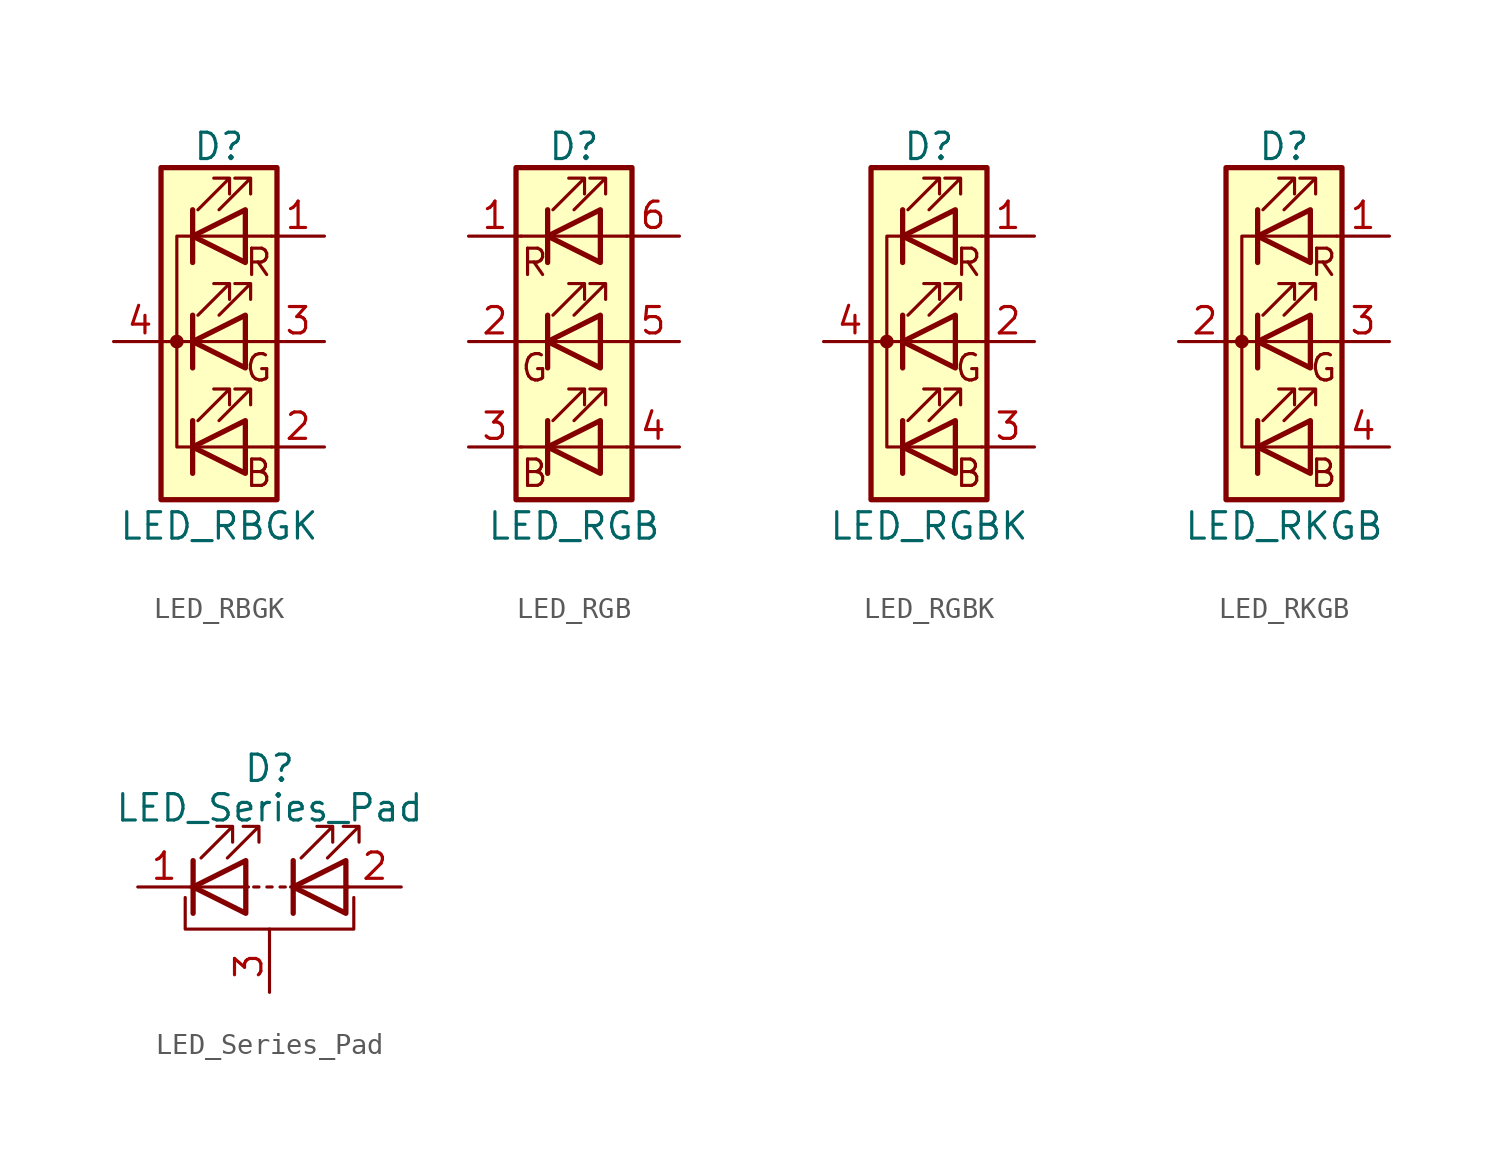
<source format=kicad_sym>
(kicad_symbol_lib
  (version 20211014)
  (generator kicad_symbol_editor)
  (symbol "LED_RBGK"
    (pin_names
      (offset 0) hide)
    (property "Reference" "D"
      (at 0 9.398 0)
      (effects (font (size 1.27 1.27))))
    (property "Value" "LED_RBGK"
      (at 0 -8.89 0)
      (effects (font (size 1.27 1.27))))
    (symbol "LED_RBGK_0_0"
      (text "B" (at 1.905 -6.35 0) (effects (font (size 1.27 1.27))))
      (text "G" (at 1.905 -1.27 0) (effects (font (size 1.27 1.27))))
      (text "R" (at 1.905 3.81 0) (effects (font (size 1.27 1.27)))))
    (symbol "LED_RBGK_0_1"
      (circle (center -2.032 0) (radius 0.254) (stroke (width 0) (type default) (color 0 0 0 0)) (fill (type outline)))
      (polyline (pts (xy -1.27 -5.08) (xy 1.27 -5.08)) (stroke (width 0) (type default) (color 0 0 0 0)) (fill (type none)))
      (polyline (pts (xy -1.27 -3.81) (xy -1.27 -6.35)) (stroke (width 0.254) (type default) (color 0 0 0 0)) (fill (type none)))
      (polyline (pts (xy -1.27 0) (xy -2.54 0)) (stroke (width 0) (type default) (color 0 0 0 0)) (fill (type none)))
      (polyline (pts (xy -1.27 1.27) (xy -1.27 -1.27)) (stroke (width 0.254) (type default) (color 0 0 0 0)) (fill (type none)))
      (polyline (pts (xy -1.27 5.08) (xy 1.27 5.08)) (stroke (width 0) (type default) (color 0 0 0 0)) (fill (type none)))
      (polyline (pts (xy -1.27 6.35) (xy -1.27 3.81)) (stroke (width 0.254) (type default) (color 0 0 0 0)) (fill (type none)))
      (polyline (pts (xy 1.27 -5.08) (xy 2.54 -5.08)) (stroke (width 0) (type default) (color 0 0 0 0)) (fill (type none)))
      (polyline (pts (xy 1.27 0) (xy -1.27 0)) (stroke (width 0) (type default) (color 0 0 0 0)) (fill (type none)))
      (polyline (pts (xy 1.27 0) (xy 2.54 0)) (stroke (width 0) (type default) (color 0 0 0 0)) (fill (type none)))
      (polyline (pts (xy 1.27 5.08) (xy 2.54 5.08)) (stroke (width 0) (type default) (color 0 0 0 0)) (fill (type none)))
      (polyline (pts (xy -1.27 1.27) (xy -1.27 -1.27) (xy -1.27 -1.27)) (stroke (width 0) (type default) (color 0 0 0 0)) (fill (type none)))
      (polyline (pts (xy -1.27 6.35) (xy -1.27 3.81) (xy -1.27 3.81)) (stroke (width 0) (type default) (color 0 0 0 0)) (fill (type none)))
      (polyline (pts (xy -1.27 5.08) (xy -2.032 5.08) (xy -2.032 -5.08) (xy -1.016 -5.08)) (stroke (width 0) (type default) (color 0 0 0 0)) (fill (type none)))
      (polyline (pts (xy 1.27 -3.81) (xy 1.27 -6.35) (xy -1.27 -5.08) (xy 1.27 -3.81)) (stroke (width 0.254) (type default) (color 0 0 0 0)) (fill (type none)))
      (polyline (pts (xy 1.27 1.27) (xy 1.27 -1.27) (xy -1.27 0) (xy 1.27 1.27)) (stroke (width 0.254) (type default) (color 0 0 0 0)) (fill (type none)))
      (polyline (pts (xy 1.27 6.35) (xy 1.27 3.81) (xy -1.27 5.08) (xy 1.27 6.35)) (stroke (width 0.254) (type default) (color 0 0 0 0)) (fill (type none)))
      (polyline (pts (xy -1.016 -3.81) (xy 0.508 -2.286) (xy -0.254 -2.286) (xy 0.508 -2.286) (xy 0.508 -3.048)) (stroke (width 0) (type default) (color 0 0 0 0)) (fill (type none)))
      (polyline (pts (xy -1.016 1.27) (xy 0.508 2.794) (xy -0.254 2.794) (xy 0.508 2.794) (xy 0.508 2.032)) (stroke (width 0) (type default) (color 0 0 0 0)) (fill (type none)))
      (polyline (pts (xy -1.016 6.35) (xy 0.508 7.874) (xy -0.254 7.874) (xy 0.508 7.874) (xy 0.508 7.112)) (stroke (width 0) (type default) (color 0 0 0 0)) (fill (type none)))
      (polyline (pts (xy 0 -3.81) (xy 1.524 -2.286) (xy 0.762 -2.286) (xy 1.524 -2.286) (xy 1.524 -3.048)) (stroke (width 0) (type default) (color 0 0 0 0)) (fill (type none)))
      (polyline (pts (xy 0 1.27) (xy 1.524 2.794) (xy 0.762 2.794) (xy 1.524 2.794) (xy 1.524 2.032)) (stroke (width 0) (type default) (color 0 0 0 0)) (fill (type none)))
      (polyline (pts (xy 0 6.35) (xy 1.524 7.874) (xy 0.762 7.874) (xy 1.524 7.874) (xy 1.524 7.112)) (stroke (width 0) (type default) (color 0 0 0 0)) (fill (type none)))
      (rectangle (start 1.27 -1.27) (end 1.27 1.27) (stroke (width 0) (type default) (color 0 0 0 0)) (fill (type none)))
      (rectangle (start 1.27 1.27) (end 1.27 1.27) (stroke (width 0) (type default) (color 0 0 0 0)) (fill (type none)))
      (rectangle (start 1.27 3.81) (end 1.27 6.35) (stroke (width 0) (type default) (color 0 0 0 0)) (fill (type none)))
      (rectangle (start 1.27 6.35) (end 1.27 6.35) (stroke (width 0) (type default) (color 0 0 0 0)) (fill (type none)))
      (rectangle (start 2.794 8.382) (end -2.794 -7.62) (stroke (width 0.254) (type default) (color 0 0 0 0)) (fill (type background))))
    (symbol "LED_RBGK_1_1"
      (pin passive line (at 5.08 5.08 180) (length 2.54) (name "RA" (effects (font (size 1.27 1.27)))) (number "1" (effects (font (size 1.27 1.27)))))
      (pin passive line (at 5.08 -5.08 180) (length 2.54) (name "BA" (effects (font (size 1.27 1.27)))) (number "2" (effects (font (size 1.27 1.27)))))
      (pin passive line (at 5.08 0 180) (length 2.54) (name "GA" (effects (font (size 1.27 1.27)))) (number "3" (effects (font (size 1.27 1.27)))))
      (pin passive line (at -5.08 0 0) (length 2.54) (name "K" (effects (font (size 1.27 1.27)))) (number "4" (effects (font (size 1.27 1.27)))))))
  (symbol "LED_RGB"
    (pin_names
      (offset 0) hide)
    (property "Reference" "D"
      (at 0 9.398 0)
      (effects (font (size 1.27 1.27))))
    (property "Value" "LED_RGB"
      (at 0 -8.89 0)
      (effects (font (size 1.27 1.27))))
    (symbol "LED_RGB_0_0"
      (text "B" (at -1.905 -6.35 0) (effects (font (size 1.27 1.27))))
      (text "G" (at -1.905 -1.27 0) (effects (font (size 1.27 1.27))))
      (text "R" (at -1.905 3.81 0) (effects (font (size 1.27 1.27)))))
    (symbol "LED_RGB_0_1"
      (polyline (pts (xy -1.27 -5.08) (xy -2.54 -5.08)) (stroke (width 0) (type default) (color 0 0 0 0)) (fill (type none)))
      (polyline (pts (xy -1.27 -5.08) (xy 1.27 -5.08)) (stroke (width 0) (type default) (color 0 0 0 0)) (fill (type none)))
      (polyline (pts (xy -1.27 -3.81) (xy -1.27 -6.35)) (stroke (width 0.254) (type default) (color 0 0 0 0)) (fill (type none)))
      (polyline (pts (xy -1.27 0) (xy -2.54 0)) (stroke (width 0) (type default) (color 0 0 0 0)) (fill (type none)))
      (polyline (pts (xy -1.27 1.27) (xy -1.27 -1.27)) (stroke (width 0.254) (type default) (color 0 0 0 0)) (fill (type none)))
      (polyline (pts (xy -1.27 5.08) (xy -2.54 5.08)) (stroke (width 0) (type default) (color 0 0 0 0)) (fill (type none)))
      (polyline (pts (xy -1.27 5.08) (xy 1.27 5.08)) (stroke (width 0) (type default) (color 0 0 0 0)) (fill (type none)))
      (polyline (pts (xy -1.27 6.35) (xy -1.27 3.81)) (stroke (width 0.254) (type default) (color 0 0 0 0)) (fill (type none)))
      (polyline (pts (xy 1.27 -5.08) (xy 2.54 -5.08)) (stroke (width 0) (type default) (color 0 0 0 0)) (fill (type none)))
      (polyline (pts (xy 1.27 0) (xy -1.27 0)) (stroke (width 0) (type default) (color 0 0 0 0)) (fill (type none)))
      (polyline (pts (xy 1.27 0) (xy 2.54 0)) (stroke (width 0) (type default) (color 0 0 0 0)) (fill (type none)))
      (polyline (pts (xy 1.27 5.08) (xy 2.54 5.08)) (stroke (width 0) (type default) (color 0 0 0 0)) (fill (type none)))
      (polyline (pts (xy -1.27 1.27) (xy -1.27 -1.27) (xy -1.27 -1.27)) (stroke (width 0) (type default) (color 0 0 0 0)) (fill (type none)))
      (polyline (pts (xy -1.27 6.35) (xy -1.27 3.81) (xy -1.27 3.81)) (stroke (width 0) (type default) (color 0 0 0 0)) (fill (type none)))
      (polyline (pts (xy 1.27 -3.81) (xy 1.27 -6.35) (xy -1.27 -5.08) (xy 1.27 -3.81)) (stroke (width 0.254) (type default) (color 0 0 0 0)) (fill (type none)))
      (polyline (pts (xy 1.27 1.27) (xy 1.27 -1.27) (xy -1.27 0) (xy 1.27 1.27)) (stroke (width 0.254) (type default) (color 0 0 0 0)) (fill (type none)))
      (polyline (pts (xy 1.27 6.35) (xy 1.27 3.81) (xy -1.27 5.08) (xy 1.27 6.35)) (stroke (width 0.254) (type default) (color 0 0 0 0)) (fill (type none)))
      (polyline (pts (xy -1.016 -3.81) (xy 0.508 -2.286) (xy -0.254 -2.286) (xy 0.508 -2.286) (xy 0.508 -3.048)) (stroke (width 0) (type default) (color 0 0 0 0)) (fill (type none)))
      (polyline (pts (xy -1.016 1.27) (xy 0.508 2.794) (xy -0.254 2.794) (xy 0.508 2.794) (xy 0.508 2.032)) (stroke (width 0) (type default) (color 0 0 0 0)) (fill (type none)))
      (polyline (pts (xy -1.016 6.35) (xy 0.508 7.874) (xy -0.254 7.874) (xy 0.508 7.874) (xy 0.508 7.112)) (stroke (width 0) (type default) (color 0 0 0 0)) (fill (type none)))
      (polyline (pts (xy 0 -3.81) (xy 1.524 -2.286) (xy 0.762 -2.286) (xy 1.524 -2.286) (xy 1.524 -3.048)) (stroke (width 0) (type default) (color 0 0 0 0)) (fill (type none)))
      (polyline (pts (xy 0 1.27) (xy 1.524 2.794) (xy 0.762 2.794) (xy 1.524 2.794) (xy 1.524 2.032)) (stroke (width 0) (type default) (color 0 0 0 0)) (fill (type none)))
      (polyline (pts (xy 0 6.35) (xy 1.524 7.874) (xy 0.762 7.874) (xy 1.524 7.874) (xy 1.524 7.112)) (stroke (width 0) (type default) (color 0 0 0 0)) (fill (type none)))
      (rectangle (start 1.27 -1.27) (end 1.27 1.27) (stroke (width 0) (type default) (color 0 0 0 0)) (fill (type none)))
      (rectangle (start 1.27 1.27) (end 1.27 1.27) (stroke (width 0) (type default) (color 0 0 0 0)) (fill (type none)))
      (rectangle (start 1.27 3.81) (end 1.27 6.35) (stroke (width 0) (type default) (color 0 0 0 0)) (fill (type none)))
      (rectangle (start 1.27 6.35) (end 1.27 6.35) (stroke (width 0) (type default) (color 0 0 0 0)) (fill (type none)))
      (rectangle (start 2.794 8.382) (end -2.794 -7.62) (stroke (width 0.254) (type default) (color 0 0 0 0)) (fill (type background))))
    (symbol "LED_RGB_1_1"
      (pin passive line (at -5.08 5.08 0) (length 2.54) (name "RK" (effects (font (size 1.27 1.27)))) (number "1" (effects (font (size 1.27 1.27)))))
      (pin passive line (at -5.08 0 0) (length 2.54) (name "GK" (effects (font (size 1.27 1.27)))) (number "2" (effects (font (size 1.27 1.27)))))
      (pin passive line (at -5.08 -5.08 0) (length 2.54) (name "BK" (effects (font (size 1.27 1.27)))) (number "3" (effects (font (size 1.27 1.27)))))
      (pin passive line (at 5.08 -5.08 180) (length 2.54) (name "BA" (effects (font (size 1.27 1.27)))) (number "4" (effects (font (size 1.27 1.27)))))
      (pin passive line (at 5.08 0 180) (length 2.54) (name "GA" (effects (font (size 1.27 1.27)))) (number "5" (effects (font (size 1.27 1.27)))))
      (pin passive line (at 5.08 5.08 180) (length 2.54) (name "RA" (effects (font (size 1.27 1.27)))) (number "6" (effects (font (size 1.27 1.27)))))))
  (symbol "LED_RGBK"
    (pin_names
      (offset 0) hide)
    (property "Reference" "D"
      (at 0 9.398 0)
      (effects (font (size 1.27 1.27))))
    (property "Value" "LED_RGBK"
      (at 0 -8.89 0)
      (effects (font (size 1.27 1.27))))
    (symbol "LED_RGBK_0_0"
      (text "B" (at 1.905 -6.35 0) (effects (font (size 1.27 1.27))))
      (text "G" (at 1.905 -1.27 0) (effects (font (size 1.27 1.27))))
      (text "R" (at 1.905 3.81 0) (effects (font (size 1.27 1.27)))))
    (symbol "LED_RGBK_0_1"
      (circle (center -2.032 0) (radius 0.254) (stroke (width 0) (type default) (color 0 0 0 0)) (fill (type outline)))
      (polyline (pts (xy -1.27 -5.08) (xy 1.27 -5.08)) (stroke (width 0) (type default) (color 0 0 0 0)) (fill (type none)))
      (polyline (pts (xy -1.27 -3.81) (xy -1.27 -6.35)) (stroke (width 0.254) (type default) (color 0 0 0 0)) (fill (type none)))
      (polyline (pts (xy -1.27 0) (xy -2.54 0)) (stroke (width 0) (type default) (color 0 0 0 0)) (fill (type none)))
      (polyline (pts (xy -1.27 1.27) (xy -1.27 -1.27)) (stroke (width 0.254) (type default) (color 0 0 0 0)) (fill (type none)))
      (polyline (pts (xy -1.27 5.08) (xy 1.27 5.08)) (stroke (width 0) (type default) (color 0 0 0 0)) (fill (type none)))
      (polyline (pts (xy -1.27 6.35) (xy -1.27 3.81)) (stroke (width 0.254) (type default) (color 0 0 0 0)) (fill (type none)))
      (polyline (pts (xy 1.27 -5.08) (xy 2.54 -5.08)) (stroke (width 0) (type default) (color 0 0 0 0)) (fill (type none)))
      (polyline (pts (xy 1.27 0) (xy -1.27 0)) (stroke (width 0) (type default) (color 0 0 0 0)) (fill (type none)))
      (polyline (pts (xy 1.27 0) (xy 2.54 0)) (stroke (width 0) (type default) (color 0 0 0 0)) (fill (type none)))
      (polyline (pts (xy 1.27 5.08) (xy 2.54 5.08)) (stroke (width 0) (type default) (color 0 0 0 0)) (fill (type none)))
      (polyline (pts (xy -1.27 1.27) (xy -1.27 -1.27) (xy -1.27 -1.27)) (stroke (width 0) (type default) (color 0 0 0 0)) (fill (type none)))
      (polyline (pts (xy -1.27 6.35) (xy -1.27 3.81) (xy -1.27 3.81)) (stroke (width 0) (type default) (color 0 0 0 0)) (fill (type none)))
      (polyline (pts (xy -1.27 5.08) (xy -2.032 5.08) (xy -2.032 -5.08) (xy -1.016 -5.08)) (stroke (width 0) (type default) (color 0 0 0 0)) (fill (type none)))
      (polyline (pts (xy 1.27 -3.81) (xy 1.27 -6.35) (xy -1.27 -5.08) (xy 1.27 -3.81)) (stroke (width 0.254) (type default) (color 0 0 0 0)) (fill (type none)))
      (polyline (pts (xy 1.27 1.27) (xy 1.27 -1.27) (xy -1.27 0) (xy 1.27 1.27)) (stroke (width 0.254) (type default) (color 0 0 0 0)) (fill (type none)))
      (polyline (pts (xy 1.27 6.35) (xy 1.27 3.81) (xy -1.27 5.08) (xy 1.27 6.35)) (stroke (width 0.254) (type default) (color 0 0 0 0)) (fill (type none)))
      (polyline (pts (xy -1.016 -3.81) (xy 0.508 -2.286) (xy -0.254 -2.286) (xy 0.508 -2.286) (xy 0.508 -3.048)) (stroke (width 0) (type default) (color 0 0 0 0)) (fill (type none)))
      (polyline (pts (xy -1.016 1.27) (xy 0.508 2.794) (xy -0.254 2.794) (xy 0.508 2.794) (xy 0.508 2.032)) (stroke (width 0) (type default) (color 0 0 0 0)) (fill (type none)))
      (polyline (pts (xy -1.016 6.35) (xy 0.508 7.874) (xy -0.254 7.874) (xy 0.508 7.874) (xy 0.508 7.112)) (stroke (width 0) (type default) (color 0 0 0 0)) (fill (type none)))
      (polyline (pts (xy 0 -3.81) (xy 1.524 -2.286) (xy 0.762 -2.286) (xy 1.524 -2.286) (xy 1.524 -3.048)) (stroke (width 0) (type default) (color 0 0 0 0)) (fill (type none)))
      (polyline (pts (xy 0 1.27) (xy 1.524 2.794) (xy 0.762 2.794) (xy 1.524 2.794) (xy 1.524 2.032)) (stroke (width 0) (type default) (color 0 0 0 0)) (fill (type none)))
      (polyline (pts (xy 0 6.35) (xy 1.524 7.874) (xy 0.762 7.874) (xy 1.524 7.874) (xy 1.524 7.112)) (stroke (width 0) (type default) (color 0 0 0 0)) (fill (type none)))
      (rectangle (start 1.27 -1.27) (end 1.27 1.27) (stroke (width 0) (type default) (color 0 0 0 0)) (fill (type none)))
      (rectangle (start 1.27 1.27) (end 1.27 1.27) (stroke (width 0) (type default) (color 0 0 0 0)) (fill (type none)))
      (rectangle (start 1.27 3.81) (end 1.27 6.35) (stroke (width 0) (type default) (color 0 0 0 0)) (fill (type none)))
      (rectangle (start 1.27 6.35) (end 1.27 6.35) (stroke (width 0) (type default) (color 0 0 0 0)) (fill (type none)))
      (rectangle (start 2.794 8.382) (end -2.794 -7.62) (stroke (width 0.254) (type default) (color 0 0 0 0)) (fill (type background))))
    (symbol "LED_RGBK_1_1"
      (pin passive line (at 5.08 5.08 180) (length 2.54) (name "RA" (effects (font (size 1.27 1.27)))) (number "1" (effects (font (size 1.27 1.27)))))
      (pin passive line (at 5.08 0 180) (length 2.54) (name "GA" (effects (font (size 1.27 1.27)))) (number "2" (effects (font (size 1.27 1.27)))))
      (pin passive line (at 5.08 -5.08 180) (length 2.54) (name "BA" (effects (font (size 1.27 1.27)))) (number "3" (effects (font (size 1.27 1.27)))))
      (pin passive line (at -5.08 0 0) (length 2.54) (name "K" (effects (font (size 1.27 1.27)))) (number "4" (effects (font (size 1.27 1.27)))))))
  (symbol "LED_RKGB"
    (pin_names
      (offset 0) hide)
    (property "Reference" "D"
      (at 0 9.398 0)
      (effects (font (size 1.27 1.27))))
    (property "Value" "LED_RKGB"
      (at 0 -8.89 0)
      (effects (font (size 1.27 1.27))))
    (symbol "LED_RKGB_0_0"
      (text "B" (at 1.905 -6.35 0) (effects (font (size 1.27 1.27))))
      (text "G" (at 1.905 -1.27 0) (effects (font (size 1.27 1.27))))
      (text "R" (at 1.905 3.81 0) (effects (font (size 1.27 1.27)))))
    (symbol "LED_RKGB_0_1"
      (circle (center -2.032 0) (radius 0.254) (stroke (width 0) (type default) (color 0 0 0 0)) (fill (type outline)))
      (polyline (pts (xy -1.27 -5.08) (xy 1.27 -5.08)) (stroke (width 0) (type default) (color 0 0 0 0)) (fill (type none)))
      (polyline (pts (xy -1.27 -3.81) (xy -1.27 -6.35)) (stroke (width 0.254) (type default) (color 0 0 0 0)) (fill (type none)))
      (polyline (pts (xy -1.27 0) (xy -2.54 0)) (stroke (width 0) (type default) (color 0 0 0 0)) (fill (type none)))
      (polyline (pts (xy -1.27 1.27) (xy -1.27 -1.27)) (stroke (width 0.254) (type default) (color 0 0 0 0)) (fill (type none)))
      (polyline (pts (xy -1.27 5.08) (xy 1.27 5.08)) (stroke (width 0) (type default) (color 0 0 0 0)) (fill (type none)))
      (polyline (pts (xy -1.27 6.35) (xy -1.27 3.81)) (stroke (width 0.254) (type default) (color 0 0 0 0)) (fill (type none)))
      (polyline (pts (xy 1.27 -5.08) (xy 2.54 -5.08)) (stroke (width 0) (type default) (color 0 0 0 0)) (fill (type none)))
      (polyline (pts (xy 1.27 0) (xy -1.27 0)) (stroke (width 0) (type default) (color 0 0 0 0)) (fill (type none)))
      (polyline (pts (xy 1.27 0) (xy 2.54 0)) (stroke (width 0) (type default) (color 0 0 0 0)) (fill (type none)))
      (polyline (pts (xy 1.27 5.08) (xy 2.54 5.08)) (stroke (width 0) (type default) (color 0 0 0 0)) (fill (type none)))
      (polyline (pts (xy -1.27 1.27) (xy -1.27 -1.27) (xy -1.27 -1.27)) (stroke (width 0) (type default) (color 0 0 0 0)) (fill (type none)))
      (polyline (pts (xy -1.27 6.35) (xy -1.27 3.81) (xy -1.27 3.81)) (stroke (width 0) (type default) (color 0 0 0 0)) (fill (type none)))
      (polyline (pts (xy -1.27 5.08) (xy -2.032 5.08) (xy -2.032 -5.08) (xy -1.016 -5.08)) (stroke (width 0) (type default) (color 0 0 0 0)) (fill (type none)))
      (polyline (pts (xy 1.27 -3.81) (xy 1.27 -6.35) (xy -1.27 -5.08) (xy 1.27 -3.81)) (stroke (width 0.254) (type default) (color 0 0 0 0)) (fill (type none)))
      (polyline (pts (xy 1.27 1.27) (xy 1.27 -1.27) (xy -1.27 0) (xy 1.27 1.27)) (stroke (width 0.254) (type default) (color 0 0 0 0)) (fill (type none)))
      (polyline (pts (xy 1.27 6.35) (xy 1.27 3.81) (xy -1.27 5.08) (xy 1.27 6.35)) (stroke (width 0.254) (type default) (color 0 0 0 0)) (fill (type none)))
      (polyline (pts (xy -1.016 -3.81) (xy 0.508 -2.286) (xy -0.254 -2.286) (xy 0.508 -2.286) (xy 0.508 -3.048)) (stroke (width 0) (type default) (color 0 0 0 0)) (fill (type none)))
      (polyline (pts (xy -1.016 1.27) (xy 0.508 2.794) (xy -0.254 2.794) (xy 0.508 2.794) (xy 0.508 2.032)) (stroke (width 0) (type default) (color 0 0 0 0)) (fill (type none)))
      (polyline (pts (xy -1.016 6.35) (xy 0.508 7.874) (xy -0.254 7.874) (xy 0.508 7.874) (xy 0.508 7.112)) (stroke (width 0) (type default) (color 0 0 0 0)) (fill (type none)))
      (polyline (pts (xy 0 -3.81) (xy 1.524 -2.286) (xy 0.762 -2.286) (xy 1.524 -2.286) (xy 1.524 -3.048)) (stroke (width 0) (type default) (color 0 0 0 0)) (fill (type none)))
      (polyline (pts (xy 0 1.27) (xy 1.524 2.794) (xy 0.762 2.794) (xy 1.524 2.794) (xy 1.524 2.032)) (stroke (width 0) (type default) (color 0 0 0 0)) (fill (type none)))
      (polyline (pts (xy 0 6.35) (xy 1.524 7.874) (xy 0.762 7.874) (xy 1.524 7.874) (xy 1.524 7.112)) (stroke (width 0) (type default) (color 0 0 0 0)) (fill (type none)))
      (rectangle (start 1.27 -1.27) (end 1.27 1.27) (stroke (width 0) (type default) (color 0 0 0 0)) (fill (type none)))
      (rectangle (start 1.27 1.27) (end 1.27 1.27) (stroke (width 0) (type default) (color 0 0 0 0)) (fill (type none)))
      (rectangle (start 1.27 3.81) (end 1.27 6.35) (stroke (width 0) (type default) (color 0 0 0 0)) (fill (type none)))
      (rectangle (start 1.27 6.35) (end 1.27 6.35) (stroke (width 0) (type default) (color 0 0 0 0)) (fill (type none)))
      (rectangle (start 2.794 8.382) (end -2.794 -7.62) (stroke (width 0.254) (type default) (color 0 0 0 0)) (fill (type background))))
    (symbol "LED_RKGB_1_1"
      (pin passive line (at 5.08 5.08 180) (length 2.54) (name "RA" (effects (font (size 1.27 1.27)))) (number "1" (effects (font (size 1.27 1.27)))))
      (pin passive line (at -5.08 0 0) (length 2.54) (name "K" (effects (font (size 1.27 1.27)))) (number "2" (effects (font (size 1.27 1.27)))))
      (pin passive line (at 5.08 0 180) (length 2.54) (name "GA" (effects (font (size 1.27 1.27)))) (number "3" (effects (font (size 1.27 1.27)))))
      (pin passive line (at 5.08 -5.08 180) (length 2.54) (name "BA" (effects (font (size 1.27 1.27)))) (number "4" (effects (font (size 1.27 1.27)))))))
  (symbol "LED_Series_Pad"
    (pin_names
      (offset 1.016) hide)
    (property "Reference" "D"
      (at 0 5.715 0)
      (effects (font (size 1.27 1.27))))
    (property "Value" "LED_Series_Pad"
      (at 0 3.81 0)
      (effects (font (size 1.27 1.27))))
    (symbol "LED_Series_Pad_0_1"
      (polyline (pts (xy -3.81 0) (xy -1.016 0)) (stroke (width 0) (type default) (color 0 0 0 0)) (fill (type none)))
      (polyline (pts (xy -3.683 -1.27) (xy -3.683 1.27)) (stroke (width 0.254) (type default) (color 0 0 0 0)) (fill (type none)))
      (polyline (pts (xy -0.508 0) (xy -0.762 0)) (stroke (width 0) (type default) (color 0 0 0 0)) (fill (type none)))
      (polyline (pts (xy 0 -2.54) (xy 0 -2.032)) (stroke (width 0) (type default) (color 0 0 0 0)) (fill (type none)))
      (polyline (pts (xy 0.127 0) (xy -0.127 0)) (stroke (width 0) (type default) (color 0 0 0 0)) (fill (type none)))
      (polyline (pts (xy 0.508 0) (xy 0.762 0)) (stroke (width 0) (type default) (color 0 0 0 0)) (fill (type none)))
      (polyline (pts (xy 1.016 0) (xy 3.81 0)) (stroke (width 0) (type default) (color 0 0 0 0)) (fill (type none)))
      (polyline (pts (xy 1.143 -1.27) (xy 1.143 1.27)) (stroke (width 0.254) (type default) (color 0 0 0 0)) (fill (type none)))
      (polyline (pts (xy -4.064 -0.508) (xy -4.064 -2.032) (xy 4.064 -2.032) (xy 4.064 -0.508)) (stroke (width 0) (type default) (color 0 0 0 0)) (fill (type none)))
      (polyline (pts (xy -1.143 -1.27) (xy -1.143 1.27) (xy -3.683 0) (xy -1.143 -1.27)) (stroke (width 0.254) (type default) (color 0 0 0 0)) (fill (type none)))
      (polyline (pts (xy 3.683 -1.27) (xy 3.683 1.27) (xy 1.143 0) (xy 3.683 -1.27)) (stroke (width 0.254) (type default) (color 0 0 0 0)) (fill (type none)))
      (polyline (pts (xy -3.302 1.397) (xy -1.778 2.921) (xy -2.54 2.921) (xy -1.778 2.921) (xy -1.778 2.159)) (stroke (width 0) (type default) (color 0 0 0 0)) (fill (type none)))
      (polyline (pts (xy -2.032 1.397) (xy -0.508 2.921) (xy -1.27 2.921) (xy -0.508 2.921) (xy -0.508 2.159)) (stroke (width 0) (type default) (color 0 0 0 0)) (fill (type none)))
      (polyline (pts (xy 1.524 1.397) (xy 3.048 2.921) (xy 2.286 2.921) (xy 3.048 2.921) (xy 3.048 2.159)) (stroke (width 0) (type default) (color 0 0 0 0)) (fill (type none)))
      (polyline (pts (xy 2.794 1.397) (xy 4.318 2.921) (xy 3.556 2.921) (xy 4.318 2.921) (xy 4.318 2.159)) (stroke (width 0) (type default) (color 0 0 0 0)) (fill (type none))))
    (symbol "LED_Series_Pad_1_1"
      (pin passive line (at -6.35 0 0) (length 2.54) (name "K" (effects (font (size 1.27 1.27)))) (number "1" (effects (font (size 1.27 1.27)))))
      (pin passive line (at 6.35 0 180) (length 2.54) (name "A" (effects (font (size 1.27 1.27)))) (number "2" (effects (font (size 1.27 1.27)))))
      (pin passive line (at 0 -5.08 90) (length 2.54) (name "PAD" (effects (font (size 1.27 1.27)))) (number "3" (effects (font (size 1.27 1.27))))))))
</source>
